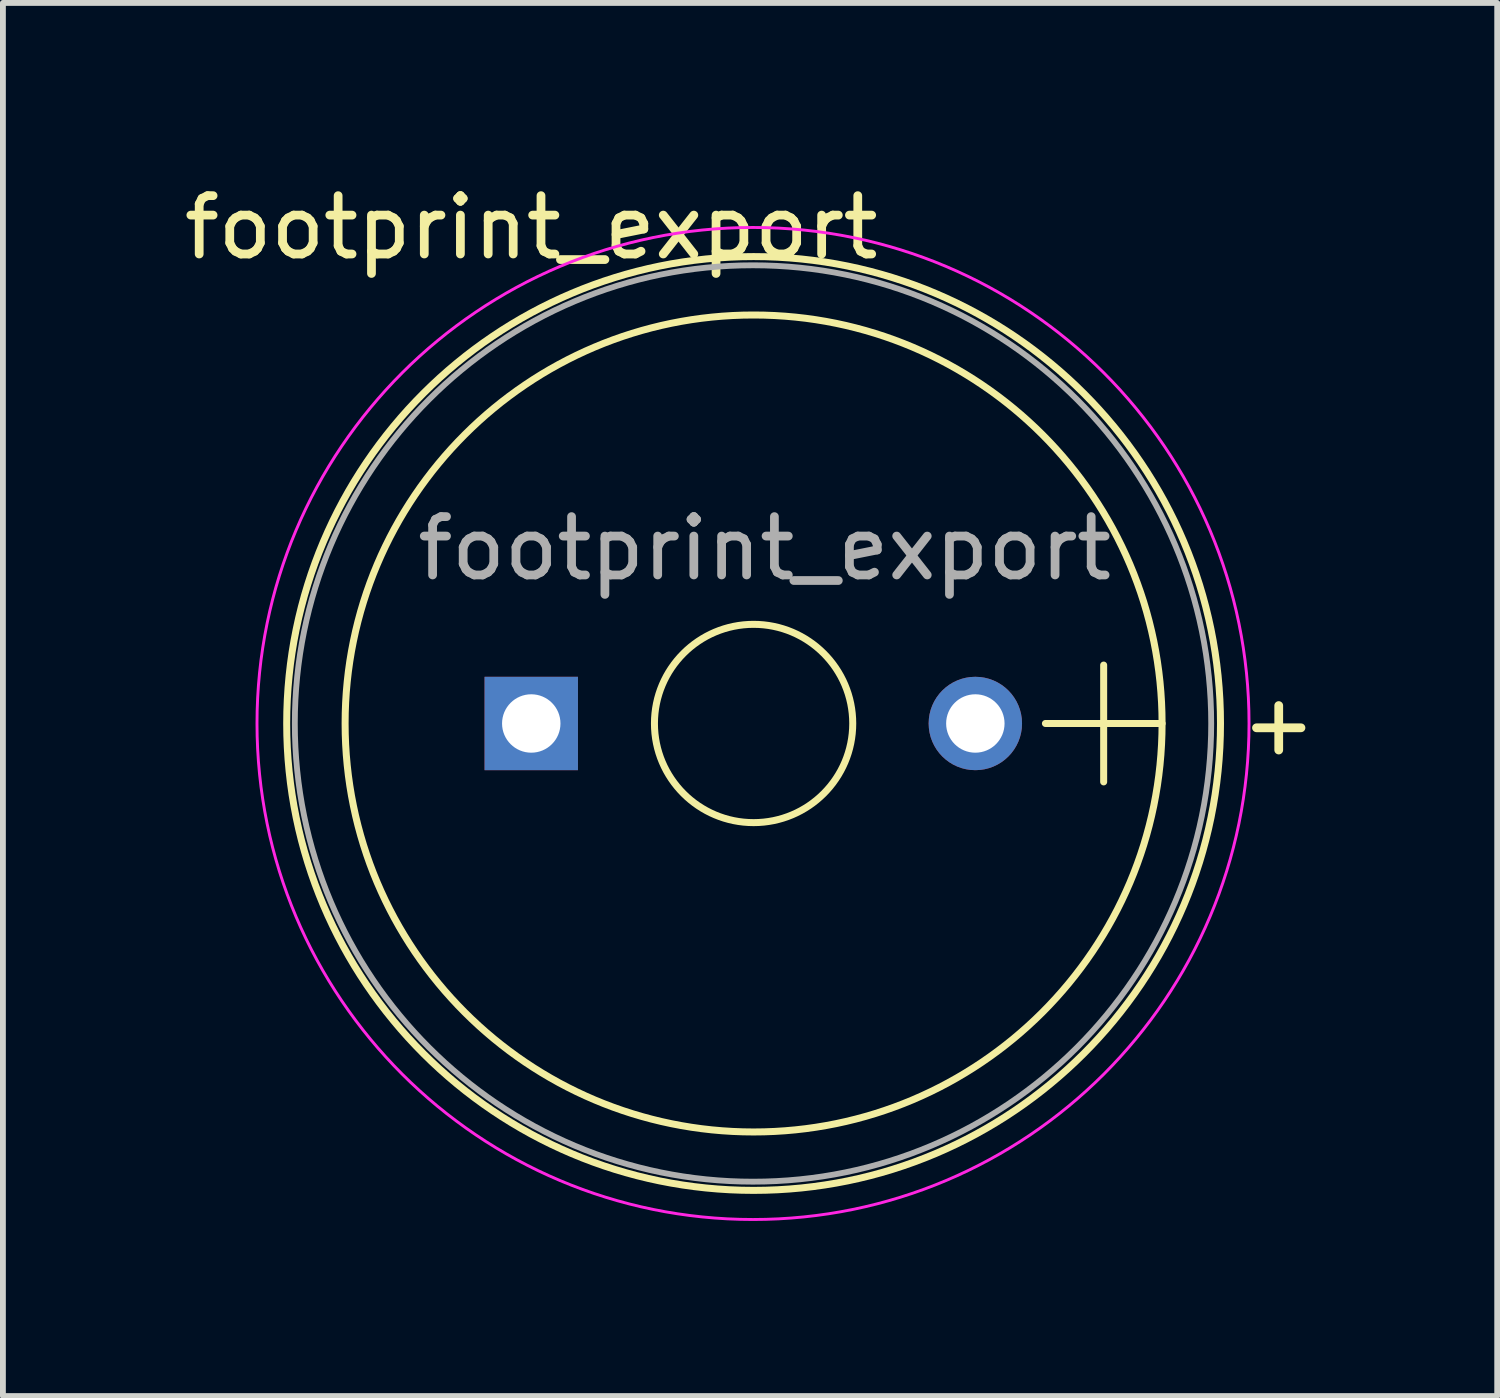
<source format=kicad_pcb>
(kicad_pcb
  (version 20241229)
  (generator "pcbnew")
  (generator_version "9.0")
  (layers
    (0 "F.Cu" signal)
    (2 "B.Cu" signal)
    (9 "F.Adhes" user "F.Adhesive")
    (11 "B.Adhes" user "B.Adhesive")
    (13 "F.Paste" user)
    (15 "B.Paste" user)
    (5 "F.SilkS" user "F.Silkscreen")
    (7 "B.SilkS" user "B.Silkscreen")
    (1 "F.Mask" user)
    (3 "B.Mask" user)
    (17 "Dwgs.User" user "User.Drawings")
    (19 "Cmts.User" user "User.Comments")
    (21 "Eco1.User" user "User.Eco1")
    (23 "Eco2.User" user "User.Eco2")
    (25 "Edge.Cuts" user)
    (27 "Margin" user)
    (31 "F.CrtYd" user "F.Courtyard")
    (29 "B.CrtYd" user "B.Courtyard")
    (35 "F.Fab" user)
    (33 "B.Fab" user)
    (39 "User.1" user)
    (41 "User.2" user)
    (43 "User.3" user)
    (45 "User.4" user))
  (footprint "footprint_export"
    (layer "F.Cu")
    (at 6.054 9.348)
    (property "Reference" "footprint_export" (at 0 -8.5 0) (layer "F.SilkS") (effects (font (size 1 1) (thickness 0.15))))
    (attr through_hole)
    (fp_line (start 8.811 0) (end 10.81 0) (stroke (width 0.12) (type solid)) (layer "F.SilkS"))
    (fp_line (start 9.809 -1.001) (end 9.809 1.001) (stroke (width 0.12) (type solid)) (layer "F.SilkS"))
    (fp_circle (center 3.81 0) (end 5.509 0) (stroke (width 0.12) (type solid)) (fill no) (layer "F.SilkS"))
    (fp_circle (center 3.81 0) (end 10.81 0) (stroke (width 0.12) (type solid)) (fill no) (layer "F.SilkS"))
    (fp_circle (center 3.81 0) (end 11.811 0) (stroke (width 0.12) (type solid)) (fill no) (layer "F.SilkS"))
    (fp_circle (center 3.8 0) (end 12.3 0) (stroke (width 0.05) (type solid)) (fill no) (layer "F.CrtYd"))
    (fp_circle (center 3.8 0) (end 11.6 -0.9) (stroke (width 0.1) (type solid)) (fill no) (layer "F.Fab"))
    (fp_text user "+" (at 12.809 0 0) (layer "F.SilkS") (effects (font (size 1 1) (thickness 0.15))))
    (fp_text user "${REFERENCE}" (at 4 -3 0) (layer "F.Fab") (effects (font (size 1 1) (thickness 0.15))))
    (pad "1" thru_hole rect (at 0 0) (size 1.6 1.6) (drill 1.001) (layers "*.Cu" "*.Mask"))
    (pad "2" thru_hole circle (at 7.61 0) (size 1.6 1.6) (drill 1.001) (layers "*.Cu" "*.Mask")))
  (gr_rect
    (start -3 -3)
    (end 22.607 20.873)
    (stroke (width 0.1) (type default))
    (fill no)
    (layer "Edge.Cuts")))
</source>
